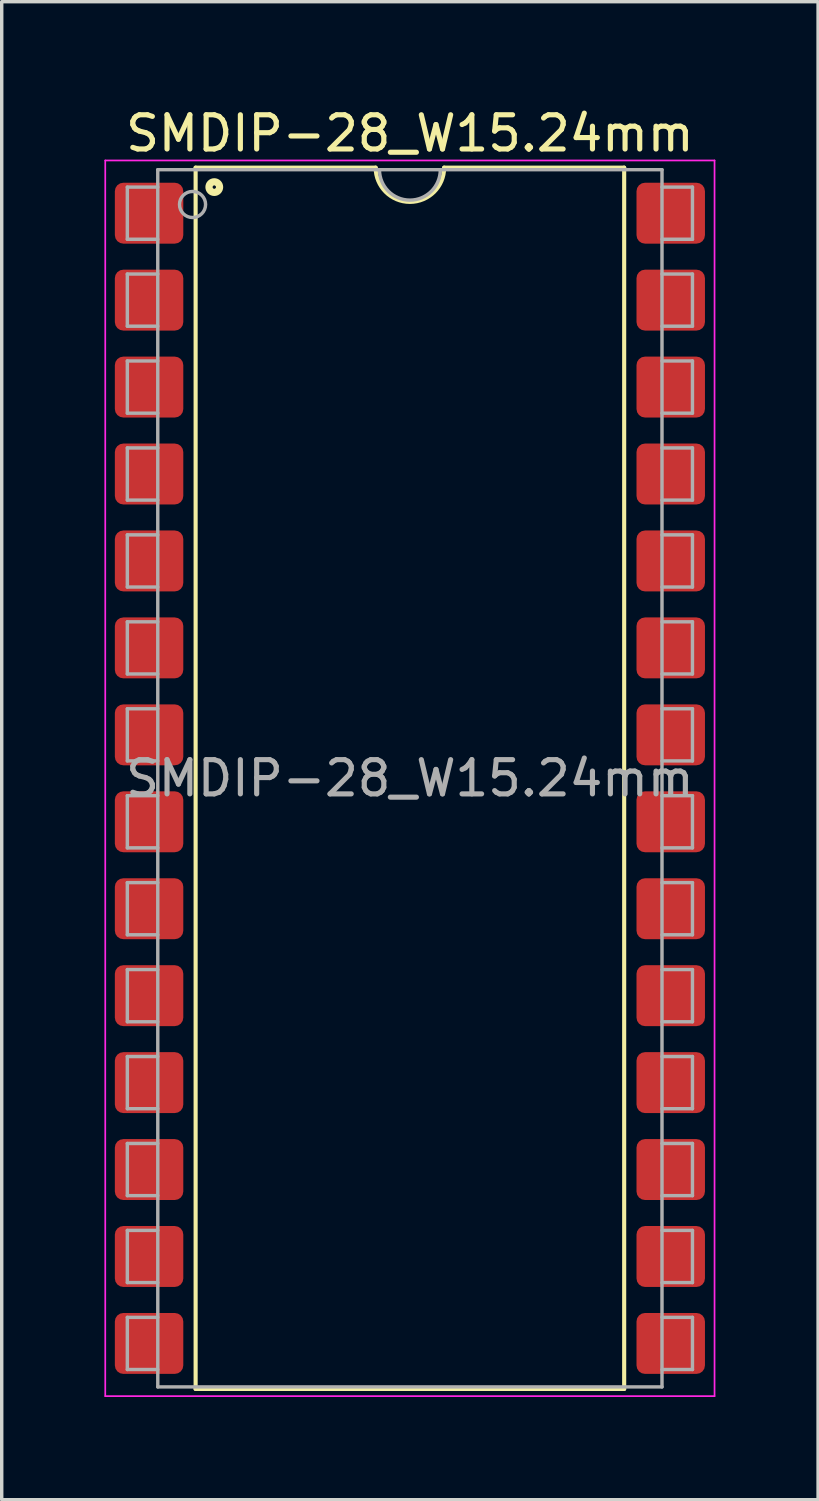
<source format=kicad_pcb>
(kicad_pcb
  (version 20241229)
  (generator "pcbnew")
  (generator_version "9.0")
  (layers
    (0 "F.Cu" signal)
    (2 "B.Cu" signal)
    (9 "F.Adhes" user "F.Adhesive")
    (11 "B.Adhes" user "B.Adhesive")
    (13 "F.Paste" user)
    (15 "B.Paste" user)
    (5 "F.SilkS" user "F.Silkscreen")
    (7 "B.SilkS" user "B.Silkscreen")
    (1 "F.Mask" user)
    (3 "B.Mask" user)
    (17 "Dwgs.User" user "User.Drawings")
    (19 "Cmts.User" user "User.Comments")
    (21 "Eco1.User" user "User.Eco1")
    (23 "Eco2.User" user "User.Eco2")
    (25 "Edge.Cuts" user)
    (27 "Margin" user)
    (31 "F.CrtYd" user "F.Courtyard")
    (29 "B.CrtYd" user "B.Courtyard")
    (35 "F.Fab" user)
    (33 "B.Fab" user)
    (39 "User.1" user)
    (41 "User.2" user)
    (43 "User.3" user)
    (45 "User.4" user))
  (footprint "SMDIP-28_W15.24mm"
    (layer "F.Cu")
    (at 8.925 19.688)
    (property "Reference" "SMDIP-28_W15.24mm" (at 0 -18.84 0) (layer "F.SilkS") (effects (font (size 1 1) (thickness 0.15))))
    (attr smd)
    (fp_line (start -6.26 -17.84) (end -6.26 17.84) (stroke (width 0.12) (type solid)) (layer "F.SilkS"))
    (fp_line (start -6.26 17.84) (end 6.26 17.84) (stroke (width 0.12) (type solid)) (layer "F.SilkS"))
    (fp_line (start -1 -17.84) (end -6.26 -17.84) (stroke (width 0.12) (type solid)) (layer "F.SilkS"))
    (fp_line (start 6.26 -17.84) (end 1 -17.84) (stroke (width 0.12) (type solid)) (layer "F.SilkS"))
    (fp_line (start 6.26 17.84) (end 6.26 -17.84) (stroke (width 0.12) (type solid)) (layer "F.SilkS"))
    (fp_arc (start 1 -17.84) (mid 0 -16.84) (end -1 -17.84) (stroke (width 0.12) (type solid)) (layer "F.SilkS"))
    (fp_circle (center -5.715 -17.272) (end -5.665 -17.272) (stroke (width 0.12) (type solid)) (fill no) (layer "F.SilkS"))
    (fp_circle (center -5.715 -17.272) (end -5.59 -17.272) (stroke (width 0.12) (type solid)) (fill no) (layer "F.SilkS"))
    (fp_circle (center -5.715 -17.272) (end -5.515 -17.272) (stroke (width 0.12) (type solid)) (fill no) (layer "F.SilkS"))
    (fp_line (start -8.9 -18.05) (end -8.9 18.05) (stroke (width 0.05) (type solid)) (layer "F.CrtYd"))
    (fp_line (start -8.9 18.05) (end 8.9 18.05) (stroke (width 0.05) (type solid)) (layer "F.CrtYd"))
    (fp_line (start 8.9 -18.05) (end -8.9 -18.05) (stroke (width 0.05) (type solid)) (layer "F.CrtYd"))
    (fp_line (start 8.9 18.05) (end 8.9 -18.05) (stroke (width 0.05) (type solid)) (layer "F.CrtYd"))
    (fp_line (start -8.255 -17.272) (end -8.255 -15.748) (stroke (width 0.1) (type solid)) (layer "F.Fab"))
    (fp_line (start -8.255 -17.272) (end -7.366 -17.272) (stroke (width 0.1) (type solid)) (layer "F.Fab"))
    (fp_line (start -8.255 -15.748) (end -7.366 -15.748) (stroke (width 0.1) (type solid)) (layer "F.Fab"))
    (fp_line (start -8.255 -14.732) (end -8.255 -13.208) (stroke (width 0.1) (type solid)) (layer "F.Fab"))
    (fp_line (start -8.255 -14.732) (end -7.366 -14.732) (stroke (width 0.1) (type solid)) (layer "F.Fab"))
    (fp_line (start -8.255 -13.208) (end -7.366 -13.208) (stroke (width 0.1) (type solid)) (layer "F.Fab"))
    (fp_line (start -8.255 -12.192) (end -8.255 -10.668) (stroke (width 0.1) (type solid)) (layer "F.Fab"))
    (fp_line (start -8.255 -12.192) (end -7.366 -12.192) (stroke (width 0.1) (type solid)) (layer "F.Fab"))
    (fp_line (start -8.255 -10.668) (end -7.366 -10.668) (stroke (width 0.1) (type solid)) (layer "F.Fab"))
    (fp_line (start -8.255 -9.652) (end -8.255 -8.128) (stroke (width 0.1) (type solid)) (layer "F.Fab"))
    (fp_line (start -8.255 -9.652) (end -7.366 -9.652) (stroke (width 0.1) (type solid)) (layer "F.Fab"))
    (fp_line (start -8.255 -8.128) (end -7.366 -8.128) (stroke (width 0.1) (type solid)) (layer "F.Fab"))
    (fp_line (start -8.255 -7.112) (end -8.255 -5.588) (stroke (width 0.1) (type solid)) (layer "F.Fab"))
    (fp_line (start -8.255 -7.112) (end -7.366 -7.112) (stroke (width 0.1) (type solid)) (layer "F.Fab"))
    (fp_line (start -8.255 -5.588) (end -7.366 -5.588) (stroke (width 0.1) (type solid)) (layer "F.Fab"))
    (fp_line (start -8.255 -4.572) (end -8.255 -3.048) (stroke (width 0.1) (type solid)) (layer "F.Fab"))
    (fp_line (start -8.255 -4.572) (end -7.366 -4.572) (stroke (width 0.1) (type solid)) (layer "F.Fab"))
    (fp_line (start -8.255 -3.048) (end -7.366 -3.048) (stroke (width 0.1) (type solid)) (layer "F.Fab"))
    (fp_line (start -8.255 -2.032) (end -8.255 -0.508) (stroke (width 0.1) (type solid)) (layer "F.Fab"))
    (fp_line (start -8.255 -2.032) (end -7.366 -2.032) (stroke (width 0.1) (type solid)) (layer "F.Fab"))
    (fp_line (start -8.255 -0.508) (end -7.366 -0.508) (stroke (width 0.1) (type solid)) (layer "F.Fab"))
    (fp_line (start -8.255 0.508) (end -8.255 2.032) (stroke (width 0.1) (type solid)) (layer "F.Fab"))
    (fp_line (start -8.255 0.508) (end -7.366 0.508) (stroke (width 0.1) (type solid)) (layer "F.Fab"))
    (fp_line (start -8.255 2.032) (end -7.366 2.032) (stroke (width 0.1) (type solid)) (layer "F.Fab"))
    (fp_line (start -8.255 3.048) (end -8.255 4.572) (stroke (width 0.1) (type solid)) (layer "F.Fab"))
    (fp_line (start -8.255 3.048) (end -7.366 3.048) (stroke (width 0.1) (type solid)) (layer "F.Fab"))
    (fp_line (start -8.255 4.572) (end -7.366 4.572) (stroke (width 0.1) (type solid)) (layer "F.Fab"))
    (fp_line (start -8.255 5.588) (end -8.255 7.112) (stroke (width 0.1) (type solid)) (layer "F.Fab"))
    (fp_line (start -8.255 5.588) (end -7.366 5.588) (stroke (width 0.1) (type solid)) (layer "F.Fab"))
    (fp_line (start -8.255 7.112) (end -7.366 7.112) (stroke (width 0.1) (type solid)) (layer "F.Fab"))
    (fp_line (start -8.255 8.128) (end -8.255 9.652) (stroke (width 0.1) (type solid)) (layer "F.Fab"))
    (fp_line (start -8.255 8.128) (end -7.366 8.128) (stroke (width 0.1) (type solid)) (layer "F.Fab"))
    (fp_line (start -8.255 9.652) (end -7.366 9.652) (stroke (width 0.1) (type solid)) (layer "F.Fab"))
    (fp_line (start -8.255 10.668) (end -8.255 12.192) (stroke (width 0.1) (type solid)) (layer "F.Fab"))
    (fp_line (start -8.255 10.668) (end -7.366 10.668) (stroke (width 0.1) (type solid)) (layer "F.Fab"))
    (fp_line (start -8.255 12.192) (end -7.366 12.192) (stroke (width 0.1) (type solid)) (layer "F.Fab"))
    (fp_line (start -8.255 13.208) (end -8.255 14.732) (stroke (width 0.1) (type solid)) (layer "F.Fab"))
    (fp_line (start -8.255 13.208) (end -7.366 13.208) (stroke (width 0.1) (type solid)) (layer "F.Fab"))
    (fp_line (start -8.255 14.732) (end -7.366 14.732) (stroke (width 0.1) (type solid)) (layer "F.Fab"))
    (fp_line (start -8.255 15.748) (end -8.255 17.272) (stroke (width 0.1) (type solid)) (layer "F.Fab"))
    (fp_line (start -8.255 15.748) (end -7.366 15.748) (stroke (width 0.1) (type solid)) (layer "F.Fab"))
    (fp_line (start -8.255 17.272) (end -7.366 17.272) (stroke (width 0.1) (type solid)) (layer "F.Fab"))
    (fp_line (start -7.366 -17.78) (end 7.365 -17.78) (stroke (width 0.1) (type solid)) (layer "F.Fab"))
    (fp_line (start -7.365 17.78) (end -7.366 -17.78) (stroke (width 0.1) (type solid)) (layer "F.Fab"))
    (fp_line (start 7.365 -17.78) (end 7.365 17.78) (stroke (width 0.1) (type solid)) (layer "F.Fab"))
    (fp_line (start 7.365 17.78) (end -7.365 17.78) (stroke (width 0.1) (type solid)) (layer "F.Fab"))
    (fp_line (start 8.255 -17.272) (end 7.366 -17.272) (stroke (width 0.1) (type solid)) (layer "F.Fab"))
    (fp_line (start 8.255 -15.748) (end 7.366 -15.748) (stroke (width 0.1) (type solid)) (layer "F.Fab"))
    (fp_line (start 8.255 -15.748) (end 8.255 -17.272) (stroke (width 0.1) (type solid)) (layer "F.Fab"))
    (fp_line (start 8.255 -14.732) (end 7.366 -14.732) (stroke (width 0.1) (type solid)) (layer "F.Fab"))
    (fp_line (start 8.255 -13.208) (end 7.366 -13.208) (stroke (width 0.1) (type solid)) (layer "F.Fab"))
    (fp_line (start 8.255 -13.208) (end 8.255 -14.732) (stroke (width 0.1) (type solid)) (layer "F.Fab"))
    (fp_line (start 8.255 -12.192) (end 7.366 -12.192) (stroke (width 0.1) (type solid)) (layer "F.Fab"))
    (fp_line (start 8.255 -10.668) (end 7.366 -10.668) (stroke (width 0.1) (type solid)) (layer "F.Fab"))
    (fp_line (start 8.255 -10.668) (end 8.255 -12.192) (stroke (width 0.1) (type solid)) (layer "F.Fab"))
    (fp_line (start 8.255 -9.652) (end 7.366 -9.652) (stroke (width 0.1) (type solid)) (layer "F.Fab"))
    (fp_line (start 8.255 -8.128) (end 7.366 -8.128) (stroke (width 0.1) (type solid)) (layer "F.Fab"))
    (fp_line (start 8.255 -8.128) (end 8.255 -9.652) (stroke (width 0.1) (type solid)) (layer "F.Fab"))
    (fp_line (start 8.255 -7.112) (end 7.366 -7.112) (stroke (width 0.1) (type solid)) (layer "F.Fab"))
    (fp_line (start 8.255 -5.588) (end 7.366 -5.588) (stroke (width 0.1) (type solid)) (layer "F.Fab"))
    (fp_line (start 8.255 -5.588) (end 8.255 -7.112) (stroke (width 0.1) (type solid)) (layer "F.Fab"))
    (fp_line (start 8.255 -4.572) (end 7.366 -4.572) (stroke (width 0.1) (type solid)) (layer "F.Fab"))
    (fp_line (start 8.255 -3.048) (end 7.366 -3.048) (stroke (width 0.1) (type solid)) (layer "F.Fab"))
    (fp_line (start 8.255 -3.048) (end 8.255 -4.572) (stroke (width 0.1) (type solid)) (layer "F.Fab"))
    (fp_line (start 8.255 -2.032) (end 7.366 -2.032) (stroke (width 0.1) (type solid)) (layer "F.Fab"))
    (fp_line (start 8.255 -0.508) (end 7.366 -0.508) (stroke (width 0.1) (type solid)) (layer "F.Fab"))
    (fp_line (start 8.255 -0.508) (end 8.255 -2.032) (stroke (width 0.1) (type solid)) (layer "F.Fab"))
    (fp_line (start 8.255 0.508) (end 7.366 0.508) (stroke (width 0.1) (type solid)) (layer "F.Fab"))
    (fp_line (start 8.255 2.032) (end 7.366 2.032) (stroke (width 0.1) (type solid)) (layer "F.Fab"))
    (fp_line (start 8.255 2.032) (end 8.255 0.508) (stroke (width 0.1) (type solid)) (layer "F.Fab"))
    (fp_line (start 8.255 3.048) (end 7.366 3.048) (stroke (width 0.1) (type solid)) (layer "F.Fab"))
    (fp_line (start 8.255 4.572) (end 7.366 4.572) (stroke (width 0.1) (type solid)) (layer "F.Fab"))
    (fp_line (start 8.255 4.572) (end 8.255 3.048) (stroke (width 0.1) (type solid)) (layer "F.Fab"))
    (fp_line (start 8.255 5.588) (end 7.366 5.588) (stroke (width 0.1) (type solid)) (layer "F.Fab"))
    (fp_line (start 8.255 7.112) (end 7.366 7.112) (stroke (width 0.1) (type solid)) (layer "F.Fab"))
    (fp_line (start 8.255 7.112) (end 8.255 5.588) (stroke (width 0.1) (type solid)) (layer "F.Fab"))
    (fp_line (start 8.255 8.128) (end 7.366 8.128) (stroke (width 0.1) (type solid)) (layer "F.Fab"))
    (fp_line (start 8.255 9.652) (end 7.366 9.652) (stroke (width 0.1) (type solid)) (layer "F.Fab"))
    (fp_line (start 8.255 9.652) (end 8.255 8.128) (stroke (width 0.1) (type solid)) (layer "F.Fab"))
    (fp_line (start 8.255 10.668) (end 7.366 10.668) (stroke (width 0.1) (type solid)) (layer "F.Fab"))
    (fp_line (start 8.255 12.192) (end 7.366 12.192) (stroke (width 0.1) (type solid)) (layer "F.Fab"))
    (fp_line (start 8.255 12.192) (end 8.255 10.668) (stroke (width 0.1) (type solid)) (layer "F.Fab"))
    (fp_line (start 8.255 13.208) (end 7.366 13.208) (stroke (width 0.1) (type solid)) (layer "F.Fab"))
    (fp_line (start 8.255 14.732) (end 7.366 14.732) (stroke (width 0.1) (type solid)) (layer "F.Fab"))
    (fp_line (start 8.255 14.732) (end 8.255 13.208) (stroke (width 0.1) (type solid)) (layer "F.Fab"))
    (fp_line (start 8.255 15.748) (end 7.366 15.748) (stroke (width 0.1) (type solid)) (layer "F.Fab"))
    (fp_line (start 8.255 17.272) (end 7.366 17.272) (stroke (width 0.1) (type solid)) (layer "F.Fab"))
    (fp_line (start 8.255 17.272) (end 8.255 15.748) (stroke (width 0.1) (type solid)) (layer "F.Fab"))
    (fp_arc (start 0.889 -17.78) (mid 0 -16.891) (end -0.889 -17.78) (stroke (width 0.1) (type solid)) (layer "F.Fab"))
    (fp_circle (center -6.35 -16.764) (end -5.969 -16.764) (stroke (width 0.1) (type solid)) (fill no) (layer "F.Fab"))
    (fp_text user "${REFERENCE}" (at 0 0 0) (layer "F.Fab") (effects (font (size 1 1) (thickness 0.15))))
    (pad "1" smd roundrect (at -7.62 -16.51) (size 2 1.78) (layers "F.Cu" "F.Mask" "F.Paste") (roundrect_rratio 0.14))
    (pad "2" smd roundrect (at -7.62 -13.97) (size 2 1.78) (layers "F.Cu" "F.Mask" "F.Paste") (roundrect_rratio 0.14))
    (pad "3" smd roundrect (at -7.62 -11.43) (size 2 1.78) (layers "F.Cu" "F.Mask" "F.Paste") (roundrect_rratio 0.14))
    (pad "4" smd roundrect (at -7.62 -8.89) (size 2 1.78) (layers "F.Cu" "F.Mask" "F.Paste") (roundrect_rratio 0.14))
    (pad "5" smd roundrect (at -7.62 -6.35) (size 2 1.78) (layers "F.Cu" "F.Mask" "F.Paste") (roundrect_rratio 0.14))
    (pad "6" smd roundrect (at -7.62 -3.81) (size 2 1.78) (layers "F.Cu" "F.Mask" "F.Paste") (roundrect_rratio 0.14))
    (pad "7" smd roundrect (at -7.62 -1.27) (size 2 1.78) (layers "F.Cu" "F.Mask" "F.Paste") (roundrect_rratio 0.14))
    (pad "8" smd roundrect (at -7.62 1.27) (size 2 1.78) (layers "F.Cu" "F.Mask" "F.Paste") (roundrect_rratio 0.14))
    (pad "9" smd roundrect (at -7.62 3.81) (size 2 1.78) (layers "F.Cu" "F.Mask" "F.Paste") (roundrect_rratio 0.14))
    (pad "10" smd roundrect (at -7.62 6.35) (size 2 1.78) (layers "F.Cu" "F.Mask" "F.Paste") (roundrect_rratio 0.14))
    (pad "11" smd roundrect (at -7.62 8.89) (size 2 1.78) (layers "F.Cu" "F.Mask" "F.Paste") (roundrect_rratio 0.14))
    (pad "12" smd roundrect (at -7.62 11.43) (size 2 1.78) (layers "F.Cu" "F.Mask" "F.Paste") (roundrect_rratio 0.14))
    (pad "13" smd roundrect (at -7.62 13.97) (size 2 1.78) (layers "F.Cu" "F.Mask" "F.Paste") (roundrect_rratio 0.14))
    (pad "14" smd roundrect (at -7.62 16.51) (size 2 1.78) (layers "F.Cu" "F.Mask" "F.Paste") (roundrect_rratio 0.14))
    (pad "15" smd roundrect (at 7.62 16.51) (size 2 1.78) (layers "F.Cu" "F.Mask" "F.Paste") (roundrect_rratio 0.14))
    (pad "16" smd roundrect (at 7.62 13.97) (size 2 1.78) (layers "F.Cu" "F.Mask" "F.Paste") (roundrect_rratio 0.14))
    (pad "17" smd roundrect (at 7.62 11.43) (size 2 1.78) (layers "F.Cu" "F.Mask" "F.Paste") (roundrect_rratio 0.14))
    (pad "18" smd roundrect (at 7.62 8.89) (size 2 1.78) (layers "F.Cu" "F.Mask" "F.Paste") (roundrect_rratio 0.14))
    (pad "19" smd roundrect (at 7.62 6.35) (size 2 1.78) (layers "F.Cu" "F.Mask" "F.Paste") (roundrect_rratio 0.14))
    (pad "20" smd roundrect (at 7.62 3.81) (size 2 1.78) (layers "F.Cu" "F.Mask" "F.Paste") (roundrect_rratio 0.14))
    (pad "21" smd roundrect (at 7.62 1.27) (size 2 1.78) (layers "F.Cu" "F.Mask" "F.Paste") (roundrect_rratio 0.14))
    (pad "22" smd roundrect (at 7.62 -1.27) (size 2 1.78) (layers "F.Cu" "F.Mask" "F.Paste") (roundrect_rratio 0.14))
    (pad "23" smd roundrect (at 7.62 -3.81) (size 2 1.78) (layers "F.Cu" "F.Mask" "F.Paste") (roundrect_rratio 0.14))
    (pad "24" smd roundrect (at 7.62 -6.35) (size 2 1.78) (layers "F.Cu" "F.Mask" "F.Paste") (roundrect_rratio 0.14))
    (pad "25" smd roundrect (at 7.62 -8.89) (size 2 1.78) (layers "F.Cu" "F.Mask" "F.Paste") (roundrect_rratio 0.14))
    (pad "26" smd roundrect (at 7.62 -11.43) (size 2 1.78) (layers "F.Cu" "F.Mask" "F.Paste") (roundrect_rratio 0.14))
    (pad "27" smd roundrect (at 7.62 -13.97) (size 2 1.78) (layers "F.Cu" "F.Mask" "F.Paste") (roundrect_rratio 0.14))
    (pad "28" smd roundrect (at 7.62 -16.51) (size 2 1.78) (layers "F.Cu" "F.Mask" "F.Paste") (roundrect_rratio 0.14)))
  (gr_rect
    (start -3 -3)
    (end 20.85 40.763)
    (stroke (width 0.1) (type default))
    (fill no)
    (layer "Edge.Cuts")))
</source>
